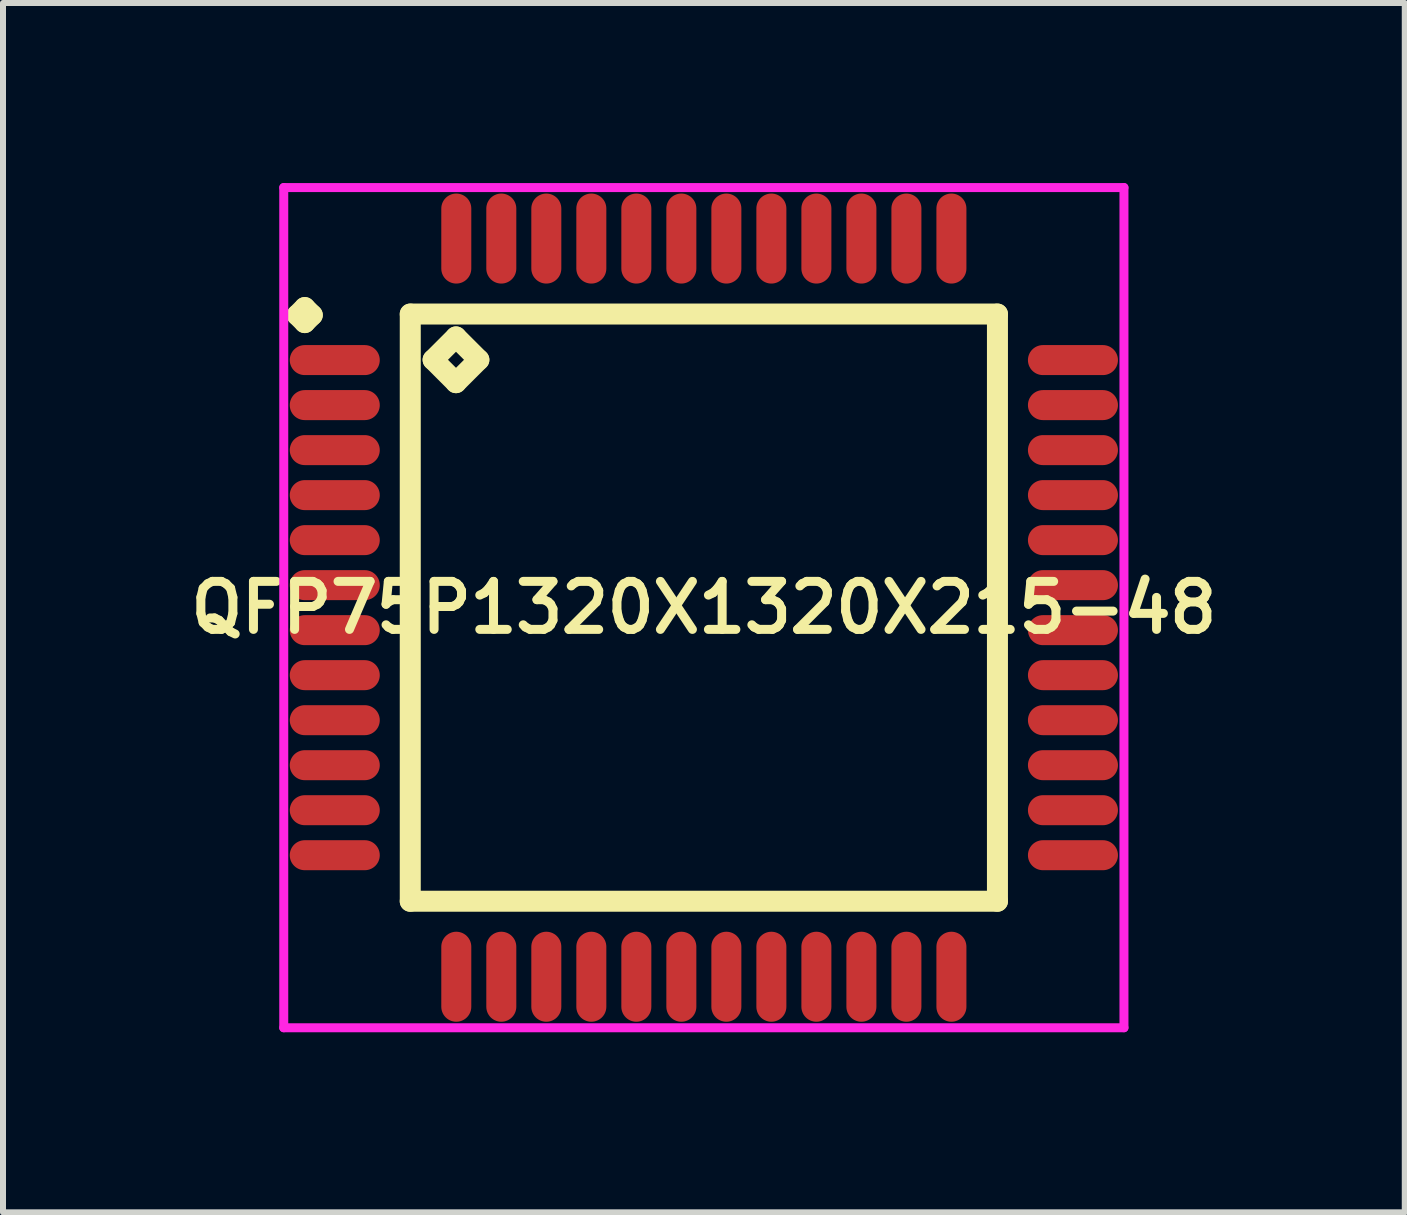
<source format=kicad_pcb>
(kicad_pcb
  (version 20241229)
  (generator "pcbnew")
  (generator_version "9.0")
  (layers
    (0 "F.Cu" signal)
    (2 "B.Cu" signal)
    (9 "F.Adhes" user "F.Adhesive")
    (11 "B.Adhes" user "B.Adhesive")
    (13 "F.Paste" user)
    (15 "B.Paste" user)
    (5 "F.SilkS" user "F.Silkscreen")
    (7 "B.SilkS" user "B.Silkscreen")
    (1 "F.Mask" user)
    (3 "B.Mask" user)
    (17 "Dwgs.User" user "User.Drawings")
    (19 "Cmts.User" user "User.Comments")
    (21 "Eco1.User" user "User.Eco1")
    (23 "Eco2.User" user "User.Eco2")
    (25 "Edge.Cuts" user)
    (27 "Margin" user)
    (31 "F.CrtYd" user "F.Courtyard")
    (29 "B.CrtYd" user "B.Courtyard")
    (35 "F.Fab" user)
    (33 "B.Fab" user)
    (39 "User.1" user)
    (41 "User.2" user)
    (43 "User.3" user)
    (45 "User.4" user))
  (footprint "QFP75P1320X1320X215-48"
    (layer "F.Cu")
    (at 8.678 7.075)
    (property "Reference" "QFP75P1320X1320X215-48" (at 0 0 0) (layer "F.SilkS") (effects (font (size 0.8 0.8) (thickness 0.15))))
    (attr smd)
    (fp_line (start -6.775 -4.875) (end -6.65 -5) (stroke (width 0.35) (type solid)) (layer "F.SilkS"))
    (fp_line (start -6.65 -5) (end -6.525 -4.875) (stroke (width 0.35) (type solid)) (layer "F.SilkS"))
    (fp_line (start -6.65 -4.75) (end -6.775 -4.875) (stroke (width 0.35) (type solid)) (layer "F.SilkS"))
    (fp_line (start -6.525 -4.875) (end -6.65 -4.75) (stroke (width 0.35) (type solid)) (layer "F.SilkS"))
    (fp_line (start -4.892 -4.892) (end -4.892 4.892) (stroke (width 0.35) (type solid)) (layer "F.SilkS"))
    (fp_line (start -4.892 4.892) (end 4.892 4.892) (stroke (width 0.35) (type solid)) (layer "F.SilkS"))
    (fp_line (start -4.511 -4.13) (end -4.13 -4.511) (stroke (width 0.35) (type solid)) (layer "F.SilkS"))
    (fp_line (start -4.13 -4.511) (end -3.749 -4.13) (stroke (width 0.35) (type solid)) (layer "F.SilkS"))
    (fp_line (start -4.13 -3.749) (end -4.511 -4.13) (stroke (width 0.35) (type solid)) (layer "F.SilkS"))
    (fp_line (start -3.749 -4.13) (end -4.13 -3.749) (stroke (width 0.35) (type solid)) (layer "F.SilkS"))
    (fp_line (start 4.892 -4.892) (end -4.892 -4.892) (stroke (width 0.35) (type solid)) (layer "F.SilkS"))
    (fp_line (start 4.892 4.892) (end 4.892 -4.892) (stroke (width 0.35) (type solid)) (layer "F.SilkS"))
    (fp_line (start -7 -7) (end 7 -7) (stroke (width 0.15) (type solid)) (layer "F.CrtYd"))
    (fp_line (start -7 7) (end -7 -7) (stroke (width 0.15) (type solid)) (layer "F.CrtYd"))
    (fp_line (start 7 -7) (end 7 7) (stroke (width 0.15) (type solid)) (layer "F.CrtYd"))
    (fp_line (start 7 7) (end -7 7) (stroke (width 0.15) (type solid)) (layer "F.CrtYd"))
    (pad "1" smd oval (at -6.15 -4.125) (size 1.5 0.5) (layers "F.Cu" "F.Mask" "F.Paste"))
    (pad "2" smd oval (at -6.15 -3.375) (size 1.5 0.5) (layers "F.Cu" "F.Mask" "F.Paste"))
    (pad "3" smd oval (at -6.15 -2.625) (size 1.5 0.5) (layers "F.Cu" "F.Mask" "F.Paste"))
    (pad "4" smd oval (at -6.15 -1.875) (size 1.5 0.5) (layers "F.Cu" "F.Mask" "F.Paste"))
    (pad "5" smd oval (at -6.15 -1.125) (size 1.5 0.5) (layers "F.Cu" "F.Mask" "F.Paste"))
    (pad "6" smd oval (at -6.15 -0.375) (size 1.5 0.5) (layers "F.Cu" "F.Mask" "F.Paste"))
    (pad "7" smd oval (at -6.15 0.375) (size 1.5 0.5) (layers "F.Cu" "F.Mask" "F.Paste"))
    (pad "8" smd oval (at -6.15 1.125) (size 1.5 0.5) (layers "F.Cu" "F.Mask" "F.Paste"))
    (pad "9" smd oval (at -6.15 1.875) (size 1.5 0.5) (layers "F.Cu" "F.Mask" "F.Paste"))
    (pad "10" smd oval (at -6.15 2.625) (size 1.5 0.5) (layers "F.Cu" "F.Mask" "F.Paste"))
    (pad "11" smd oval (at -6.15 3.375) (size 1.5 0.5) (layers "F.Cu" "F.Mask" "F.Paste"))
    (pad "12" smd oval (at -6.15 4.125) (size 1.5 0.5) (layers "F.Cu" "F.Mask" "F.Paste"))
    (pad "13" smd oval (at -4.125 6.15) (size 0.5 1.5) (layers "F.Cu" "F.Mask" "F.Paste"))
    (pad "14" smd oval (at -3.375 6.15) (size 0.5 1.5) (layers "F.Cu" "F.Mask" "F.Paste"))
    (pad "15" smd oval (at -2.625 6.15) (size 0.5 1.5) (layers "F.Cu" "F.Mask" "F.Paste"))
    (pad "16" smd oval (at -1.875 6.15) (size 0.5 1.5) (layers "F.Cu" "F.Mask" "F.Paste"))
    (pad "17" smd oval (at -1.125 6.15) (size 0.5 1.5) (layers "F.Cu" "F.Mask" "F.Paste"))
    (pad "18" smd oval (at -0.375 6.15) (size 0.5 1.5) (layers "F.Cu" "F.Mask" "F.Paste"))
    (pad "19" smd oval (at 0.375 6.15) (size 0.5 1.5) (layers "F.Cu" "F.Mask" "F.Paste"))
    (pad "20" smd oval (at 1.125 6.15) (size 0.5 1.5) (layers "F.Cu" "F.Mask" "F.Paste"))
    (pad "21" smd oval (at 1.875 6.15) (size 0.5 1.5) (layers "F.Cu" "F.Mask" "F.Paste"))
    (pad "22" smd oval (at 2.625 6.15) (size 0.5 1.5) (layers "F.Cu" "F.Mask" "F.Paste"))
    (pad "23" smd oval (at 3.375 6.15) (size 0.5 1.5) (layers "F.Cu" "F.Mask" "F.Paste"))
    (pad "24" smd oval (at 4.125 6.15) (size 0.5 1.5) (layers "F.Cu" "F.Mask" "F.Paste"))
    (pad "25" smd oval (at 6.15 4.125) (size 1.5 0.5) (layers "F.Cu" "F.Mask" "F.Paste"))
    (pad "26" smd oval (at 6.15 3.375) (size 1.5 0.5) (layers "F.Cu" "F.Mask" "F.Paste"))
    (pad "27" smd oval (at 6.15 2.625) (size 1.5 0.5) (layers "F.Cu" "F.Mask" "F.Paste"))
    (pad "28" smd oval (at 6.15 1.875) (size 1.5 0.5) (layers "F.Cu" "F.Mask" "F.Paste"))
    (pad "29" smd oval (at 6.15 1.125) (size 1.5 0.5) (layers "F.Cu" "F.Mask" "F.Paste"))
    (pad "30" smd oval (at 6.15 0.375) (size 1.5 0.5) (layers "F.Cu" "F.Mask" "F.Paste"))
    (pad "31" smd oval (at 6.15 -0.375) (size 1.5 0.5) (layers "F.Cu" "F.Mask" "F.Paste"))
    (pad "32" smd oval (at 6.15 -1.125) (size 1.5 0.5) (layers "F.Cu" "F.Mask" "F.Paste"))
    (pad "33" smd oval (at 6.15 -1.875) (size 1.5 0.5) (layers "F.Cu" "F.Mask" "F.Paste"))
    (pad "34" smd oval (at 6.15 -2.625) (size 1.5 0.5) (layers "F.Cu" "F.Mask" "F.Paste"))
    (pad "35" smd oval (at 6.15 -3.375) (size 1.5 0.5) (layers "F.Cu" "F.Mask" "F.Paste"))
    (pad "36" smd oval (at 6.15 -4.125) (size 1.5 0.5) (layers "F.Cu" "F.Mask" "F.Paste"))
    (pad "37" smd oval (at 4.125 -6.15) (size 0.5 1.5) (layers "F.Cu" "F.Mask" "F.Paste"))
    (pad "38" smd oval (at 3.375 -6.15) (size 0.5 1.5) (layers "F.Cu" "F.Mask" "F.Paste"))
    (pad "39" smd oval (at 2.625 -6.15) (size 0.5 1.5) (layers "F.Cu" "F.Mask" "F.Paste"))
    (pad "40" smd oval (at 1.875 -6.15) (size 0.5 1.5) (layers "F.Cu" "F.Mask" "F.Paste"))
    (pad "41" smd oval (at 1.125 -6.15) (size 0.5 1.5) (layers "F.Cu" "F.Mask" "F.Paste"))
    (pad "42" smd oval (at 0.375 -6.15) (size 0.5 1.5) (layers "F.Cu" "F.Mask" "F.Paste"))
    (pad "43" smd oval (at -0.375 -6.15) (size 0.5 1.5) (layers "F.Cu" "F.Mask" "F.Paste"))
    (pad "44" smd oval (at -1.125 -6.15) (size 0.5 1.5) (layers "F.Cu" "F.Mask" "F.Paste"))
    (pad "45" smd oval (at -1.875 -6.15) (size 0.5 1.5) (layers "F.Cu" "F.Mask" "F.Paste"))
    (pad "46" smd oval (at -2.625 -6.15) (size 0.5 1.5) (layers "F.Cu" "F.Mask" "F.Paste"))
    (pad "47" smd oval (at -3.375 -6.15) (size 0.5 1.5) (layers "F.Cu" "F.Mask" "F.Paste"))
    (pad "48" smd oval (at -4.125 -6.15) (size 0.5 1.5) (layers "F.Cu" "F.Mask" "F.Paste")))
  (gr_rect
    (start -3 -3)
    (end 20.357 17.15)
    (stroke (width 0.1) (type default))
    (fill no)
    (layer "Edge.Cuts")))
</source>
